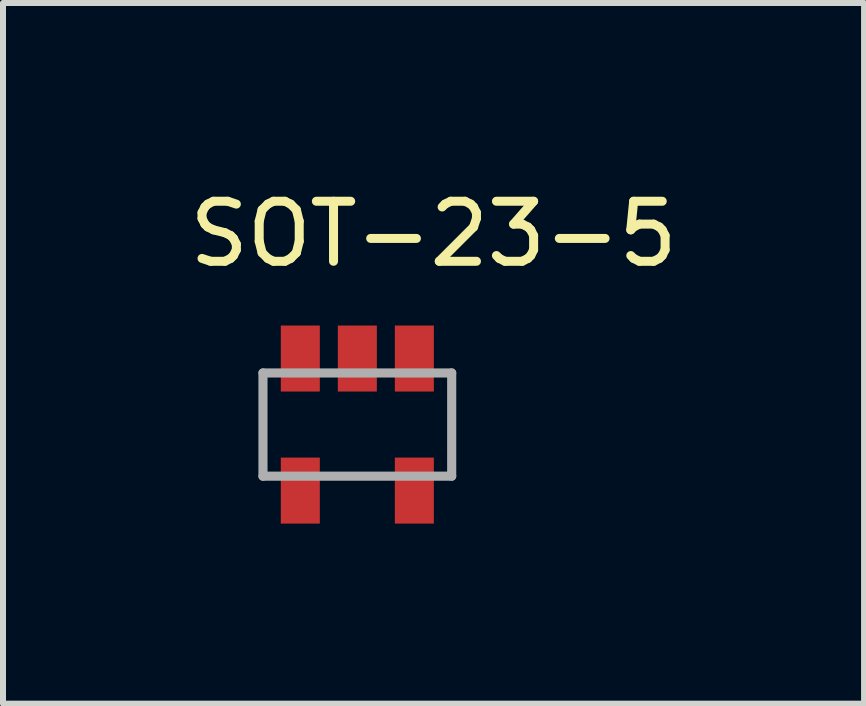
<source format=kicad_pcb>
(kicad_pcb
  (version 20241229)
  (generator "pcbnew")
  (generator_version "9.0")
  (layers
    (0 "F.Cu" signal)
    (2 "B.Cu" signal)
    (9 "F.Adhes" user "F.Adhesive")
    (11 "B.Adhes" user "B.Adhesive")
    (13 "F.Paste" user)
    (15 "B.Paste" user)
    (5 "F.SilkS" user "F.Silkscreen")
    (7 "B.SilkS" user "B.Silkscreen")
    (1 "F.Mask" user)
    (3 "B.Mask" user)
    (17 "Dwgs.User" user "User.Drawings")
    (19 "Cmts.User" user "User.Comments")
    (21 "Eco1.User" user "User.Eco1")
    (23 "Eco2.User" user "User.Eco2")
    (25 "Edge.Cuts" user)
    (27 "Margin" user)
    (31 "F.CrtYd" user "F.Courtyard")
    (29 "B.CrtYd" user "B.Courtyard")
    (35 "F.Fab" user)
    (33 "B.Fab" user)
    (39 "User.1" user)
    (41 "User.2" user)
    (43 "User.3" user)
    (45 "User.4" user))
  (footprint "SOT-23-5"
    (layer "F.Cu")
    (at 2.903 4.023)
    (property "Reference" "SOT-23-5" (at 1.27 -3.175 0) (layer "F.SilkS") (effects (font (size 1 1) (thickness 0.15))))
    (attr smd)
    (fp_line (start -1.572 -0.86) (end 1.572 -0.86) (stroke (width 0.152) (type solid)) (layer "F.Fab"))
    (fp_line (start -1.572 0.86) (end -1.572 -0.86) (stroke (width 0.152) (type solid)) (layer "F.Fab"))
    (fp_line (start 1.572 -0.86) (end 1.572 0.86) (stroke (width 0.152) (type solid)) (layer "F.Fab"))
    (fp_line (start 1.572 0.86) (end -1.572 0.86) (stroke (width 0.152) (type solid)) (layer "F.Fab"))
    (pad "1" smd rect (at 0.95 -1.1) (size 0.65 1.1) (layers "F.Cu" "F.Mask" "F.Paste"))
    (pad "2" smd rect (at 0 -1.1) (size 0.65 1.1) (layers "F.Cu" "F.Mask" "F.Paste"))
    (pad "3" smd rect (at -0.95 -1.1) (size 0.65 1.1) (layers "F.Cu" "F.Mask" "F.Paste"))
    (pad "4" smd rect (at -0.95 1.1) (size 0.65 1.1) (layers "F.Cu" "F.Mask" "F.Paste"))
    (pad "5" smd rect (at 0.95 1.1) (size 0.65 1.1) (layers "F.Cu" "F.Mask" "F.Paste")))
  (gr_rect
    (start -3 -3)
    (end 11.345 8.673)
    (stroke (width 0.1) (type default))
    (fill no)
    (layer "Edge.Cuts")))
</source>
